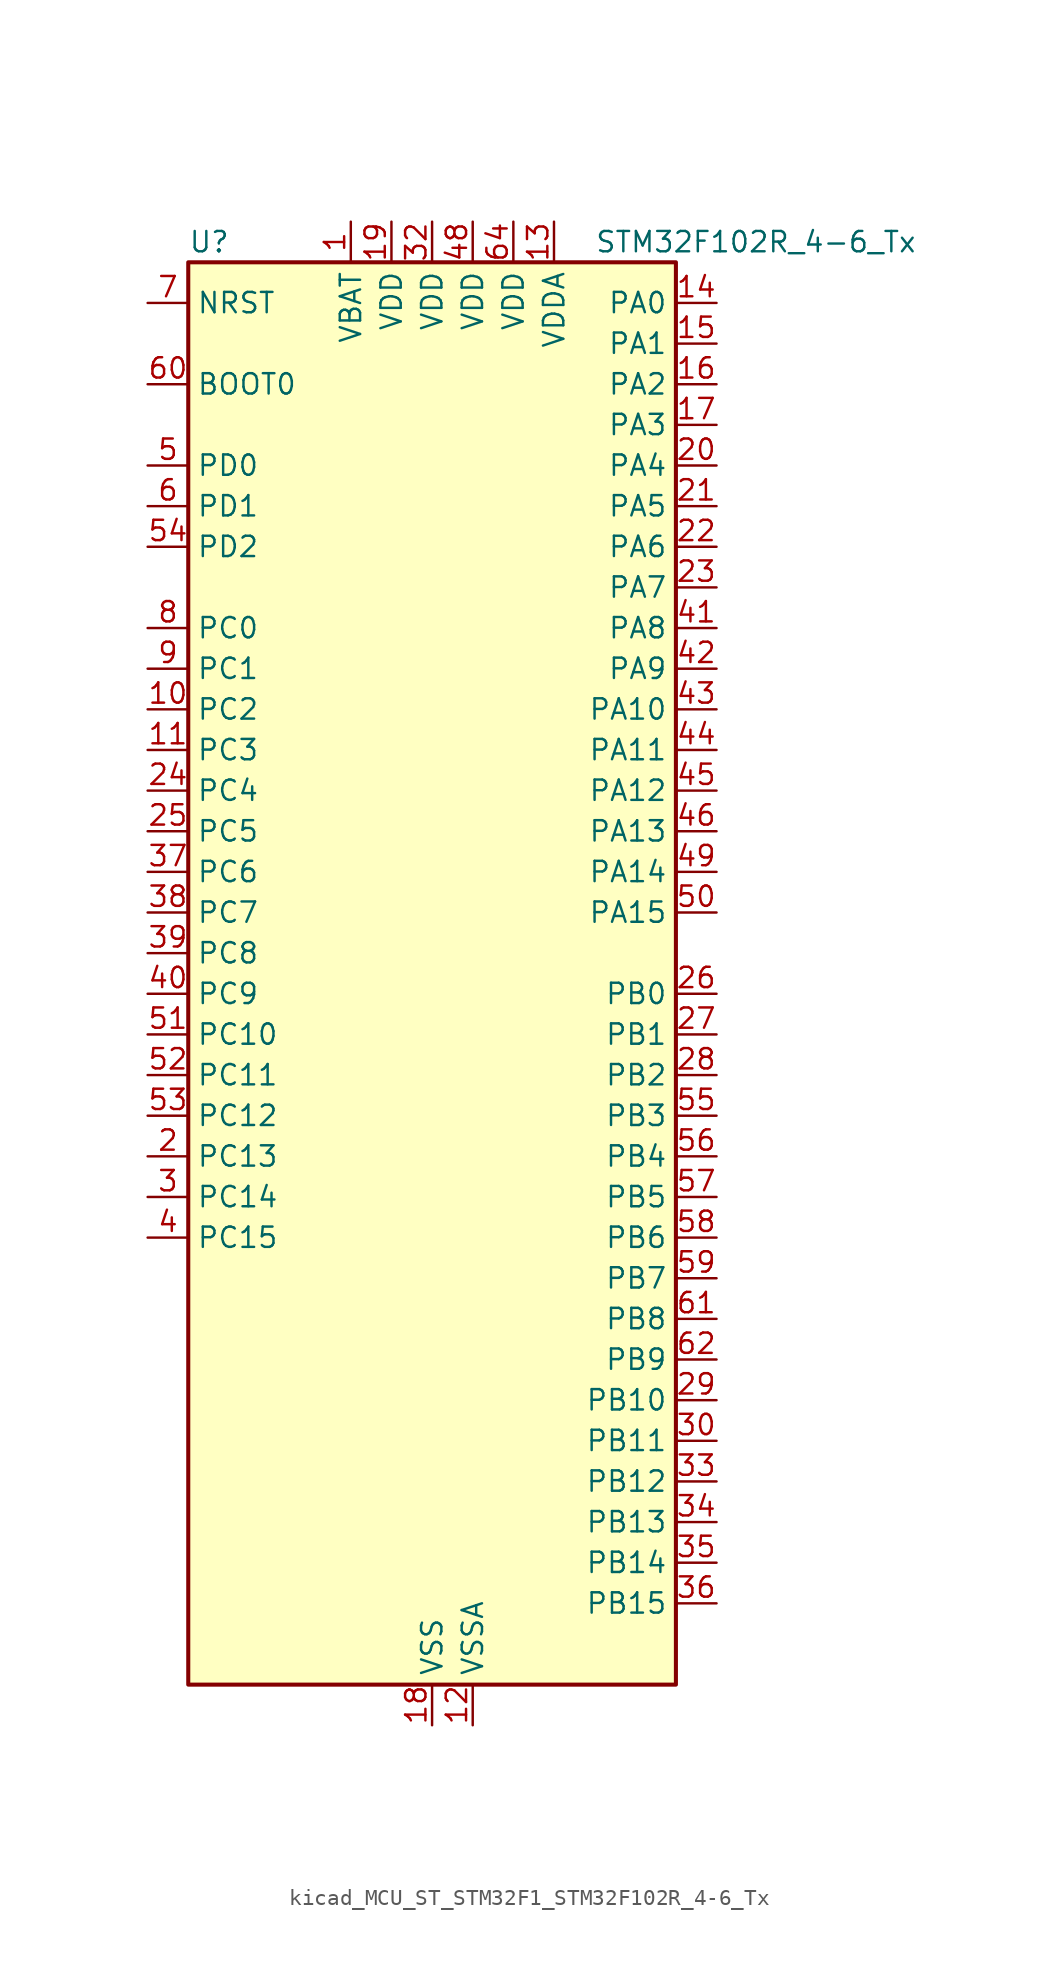
<source format=kicad_sym>
(kicad_symbol_lib
  (version 20220914)
  (generator kicad_symbol_editor)
  (symbol "kicad_MCU_ST_STM32F1_STM32F102R_4-6_Tx"
    (property "Reference" "U"
      (at -15.24 46.99 0)
      (effects (font (size 1.27 1.27)) (justify left)))
    (property "Value" "STM32F102R_4-6_Tx"
      (at 10.16 46.99 0)
      (effects (font (size 1.27 1.27)) (justify left)))
    (property "ki_locked" ""
      (at 0 0 0)
      (effects (font (size 1.27 1.27))))
    (symbol "kicad_MCU_ST_STM32F1_STM32F102R_4-6_Tx_0_1"
      (rectangle (start -15.24 -43.18) (end 15.24 45.72) (stroke (width 0.254) (type default)) (fill (type background))))
    (symbol "kicad_MCU_ST_STM32F1_STM32F102R_4-6_Tx_1_1"
      (pin power_in line (at -5.08 48.26 270) (length 2.54) (name "VBAT" (effects (font (size 1.27 1.27)))) (number "1" (effects (font (size 1.27 1.27)))))
      (pin bidirectional line (at -17.78 17.78 0) (length 2.54) (name "PC2" (effects (font (size 1.27 1.27)))) (number "10" (effects (font (size 1.27 1.27)))) (alternate "ADC1_IN12" bidirectional line))
      (pin bidirectional line (at -17.78 15.24 0) (length 2.54) (name "PC3" (effects (font (size 1.27 1.27)))) (number "11" (effects (font (size 1.27 1.27)))) (alternate "ADC1_IN13" bidirectional line))
      (pin power_in line (at 2.54 -45.72 90) (length 2.54) (name "VSSA" (effects (font (size 1.27 1.27)))) (number "12" (effects (font (size 1.27 1.27)))))
      (pin power_in line (at 7.62 48.26 270) (length 2.54) (name "VDDA" (effects (font (size 1.27 1.27)))) (number "13" (effects (font (size 1.27 1.27)))))
      (pin bidirectional line (at 17.78 43.18 180) (length 2.54) (name "PA0" (effects (font (size 1.27 1.27)))) (number "14" (effects (font (size 1.27 1.27)))) (alternate "ADC1_IN0" bidirectional line) (alternate "SYS_WKUP" bidirectional line) (alternate "TIM2_CH1" bidirectional line) (alternate "TIM2_ETR" bidirectional line) (alternate "USART2_CTS" bidirectional line))
      (pin bidirectional line (at 17.78 40.64 180) (length 2.54) (name "PA1" (effects (font (size 1.27 1.27)))) (number "15" (effects (font (size 1.27 1.27)))) (alternate "ADC1_IN1" bidirectional line) (alternate "TIM2_CH2" bidirectional line) (alternate "USART2_RTS" bidirectional line))
      (pin bidirectional line (at 17.78 38.1 180) (length 2.54) (name "PA2" (effects (font (size 1.27 1.27)))) (number "16" (effects (font (size 1.27 1.27)))) (alternate "ADC1_IN2" bidirectional line) (alternate "TIM2_CH3" bidirectional line) (alternate "USART2_TX" bidirectional line))
      (pin bidirectional line (at 17.78 35.56 180) (length 2.54) (name "PA3" (effects (font (size 1.27 1.27)))) (number "17" (effects (font (size 1.27 1.27)))) (alternate "ADC1_IN3" bidirectional line) (alternate "TIM2_CH4" bidirectional line) (alternate "USART2_RX" bidirectional line))
      (pin power_in line (at 0 -45.72 90) (length 2.54) (name "VSS" (effects (font (size 1.27 1.27)))) (number "18" (effects (font (size 1.27 1.27)))))
      (pin power_in line (at -2.54 48.26 270) (length 2.54) (name "VDD" (effects (font (size 1.27 1.27)))) (number "19" (effects (font (size 1.27 1.27)))))
      (pin bidirectional line (at -17.78 -10.16 0) (length 2.54) (name "PC13" (effects (font (size 1.27 1.27)))) (number "2" (effects (font (size 1.27 1.27)))) (alternate "RTC_OUT" bidirectional line) (alternate "RTC_TAMPER" bidirectional line))
      (pin bidirectional line (at 17.78 33.02 180) (length 2.54) (name "PA4" (effects (font (size 1.27 1.27)))) (number "20" (effects (font (size 1.27 1.27)))) (alternate "ADC1_IN4" bidirectional line) (alternate "SPI1_NSS" bidirectional line) (alternate "USART2_CK" bidirectional line))
      (pin bidirectional line (at 17.78 30.48 180) (length 2.54) (name "PA5" (effects (font (size 1.27 1.27)))) (number "21" (effects (font (size 1.27 1.27)))) (alternate "ADC1_IN5" bidirectional line) (alternate "SPI1_SCK" bidirectional line))
      (pin bidirectional line (at 17.78 27.94 180) (length 2.54) (name "PA6" (effects (font (size 1.27 1.27)))) (number "22" (effects (font (size 1.27 1.27)))) (alternate "ADC1_IN6" bidirectional line) (alternate "SPI1_MISO" bidirectional line) (alternate "TIM3_CH1" bidirectional line))
      (pin bidirectional line (at 17.78 25.4 180) (length 2.54) (name "PA7" (effects (font (size 1.27 1.27)))) (number "23" (effects (font (size 1.27 1.27)))) (alternate "ADC1_IN7" bidirectional line) (alternate "SPI1_MOSI" bidirectional line) (alternate "TIM3_CH2" bidirectional line))
      (pin bidirectional line (at -17.78 12.7 0) (length 2.54) (name "PC4" (effects (font (size 1.27 1.27)))) (number "24" (effects (font (size 1.27 1.27)))) (alternate "ADC1_IN14" bidirectional line))
      (pin bidirectional line (at -17.78 10.16 0) (length 2.54) (name "PC5" (effects (font (size 1.27 1.27)))) (number "25" (effects (font (size 1.27 1.27)))) (alternate "ADC1_IN15" bidirectional line))
      (pin bidirectional line (at 17.78 0 180) (length 2.54) (name "PB0" (effects (font (size 1.27 1.27)))) (number "26" (effects (font (size 1.27 1.27)))) (alternate "ADC1_IN8" bidirectional line) (alternate "TIM3_CH3" bidirectional line))
      (pin bidirectional line (at 17.78 -2.54 180) (length 2.54) (name "PB1" (effects (font (size 1.27 1.27)))) (number "27" (effects (font (size 1.27 1.27)))) (alternate "ADC1_IN9" bidirectional line) (alternate "TIM3_CH4" bidirectional line))
      (pin bidirectional line (at 17.78 -5.08 180) (length 2.54) (name "PB2" (effects (font (size 1.27 1.27)))) (number "28" (effects (font (size 1.27 1.27)))))
      (pin bidirectional line (at 17.78 -25.4 180) (length 2.54) (name "PB10" (effects (font (size 1.27 1.27)))) (number "29" (effects (font (size 1.27 1.27)))) (alternate "TIM2_CH3" bidirectional line))
      (pin bidirectional line (at -17.78 -12.7 0) (length 2.54) (name "PC14" (effects (font (size 1.27 1.27)))) (number "3" (effects (font (size 1.27 1.27)))) (alternate "RCC_OSC32_IN" bidirectional line))
      (pin bidirectional line (at 17.78 -27.94 180) (length 2.54) (name "PB11" (effects (font (size 1.27 1.27)))) (number "30" (effects (font (size 1.27 1.27)))) (alternate "ADC1_EXTI11" bidirectional line) (alternate "TIM2_CH4" bidirectional line))
      (pin passive line (at 0 -45.72 90) (length 2.54) hide (name "VSS" (effects (font (size 1.27 1.27)))) (number "31" (effects (font (size 1.27 1.27)))))
      (pin power_in line (at 0 48.26 270) (length 2.54) (name "VDD" (effects (font (size 1.27 1.27)))) (number "32" (effects (font (size 1.27 1.27)))))
      (pin bidirectional line (at 17.78 -30.48 180) (length 2.54) (name "PB12" (effects (font (size 1.27 1.27)))) (number "33" (effects (font (size 1.27 1.27)))))
      (pin bidirectional line (at 17.78 -33.02 180) (length 2.54) (name "PB13" (effects (font (size 1.27 1.27)))) (number "34" (effects (font (size 1.27 1.27)))))
      (pin bidirectional line (at 17.78 -35.56 180) (length 2.54) (name "PB14" (effects (font (size 1.27 1.27)))) (number "35" (effects (font (size 1.27 1.27)))))
      (pin bidirectional line (at 17.78 -38.1 180) (length 2.54) (name "PB15" (effects (font (size 1.27 1.27)))) (number "36" (effects (font (size 1.27 1.27)))) (alternate "ADC1_EXTI15" bidirectional line))
      (pin bidirectional line (at -17.78 7.62 0) (length 2.54) (name "PC6" (effects (font (size 1.27 1.27)))) (number "37" (effects (font (size 1.27 1.27)))) (alternate "TIM3_CH1" bidirectional line))
      (pin bidirectional line (at -17.78 5.08 0) (length 2.54) (name "PC7" (effects (font (size 1.27 1.27)))) (number "38" (effects (font (size 1.27 1.27)))) (alternate "TIM3_CH2" bidirectional line))
      (pin bidirectional line (at -17.78 2.54 0) (length 2.54) (name "PC8" (effects (font (size 1.27 1.27)))) (number "39" (effects (font (size 1.27 1.27)))) (alternate "TIM3_CH3" bidirectional line))
      (pin bidirectional line (at -17.78 -15.24 0) (length 2.54) (name "PC15" (effects (font (size 1.27 1.27)))) (number "4" (effects (font (size 1.27 1.27)))) (alternate "ADC1_EXTI15" bidirectional line) (alternate "RCC_OSC32_OUT" bidirectional line))
      (pin bidirectional line (at -17.78 0 0) (length 2.54) (name "PC9" (effects (font (size 1.27 1.27)))) (number "40" (effects (font (size 1.27 1.27)))) (alternate "TIM3_CH4" bidirectional line))
      (pin bidirectional line (at 17.78 22.86 180) (length 2.54) (name "PA8" (effects (font (size 1.27 1.27)))) (number "41" (effects (font (size 1.27 1.27)))) (alternate "RCC_MCO" bidirectional line) (alternate "USART1_CK" bidirectional line))
      (pin bidirectional line (at 17.78 20.32 180) (length 2.54) (name "PA9" (effects (font (size 1.27 1.27)))) (number "42" (effects (font (size 1.27 1.27)))) (alternate "USART1_TX" bidirectional line))
      (pin bidirectional line (at 17.78 17.78 180) (length 2.54) (name "PA10" (effects (font (size 1.27 1.27)))) (number "43" (effects (font (size 1.27 1.27)))) (alternate "USART1_RX" bidirectional line))
      (pin bidirectional line (at 17.78 15.24 180) (length 2.54) (name "PA11" (effects (font (size 1.27 1.27)))) (number "44" (effects (font (size 1.27 1.27)))) (alternate "ADC1_EXTI11" bidirectional line) (alternate "USART1_CTS" bidirectional line) (alternate "USB_DM" bidirectional line))
      (pin bidirectional line (at 17.78 12.7 180) (length 2.54) (name "PA12" (effects (font (size 1.27 1.27)))) (number "45" (effects (font (size 1.27 1.27)))) (alternate "USART1_RTS" bidirectional line) (alternate "USB_DP" bidirectional line))
      (pin bidirectional line (at 17.78 10.16 180) (length 2.54) (name "PA13" (effects (font (size 1.27 1.27)))) (number "46" (effects (font (size 1.27 1.27)))) (alternate "SYS_JTMS-SWDIO" bidirectional line))
      (pin passive line (at 0 -45.72 90) (length 2.54) hide (name "VSS" (effects (font (size 1.27 1.27)))) (number "47" (effects (font (size 1.27 1.27)))))
      (pin power_in line (at 2.54 48.26 270) (length 2.54) (name "VDD" (effects (font (size 1.27 1.27)))) (number "48" (effects (font (size 1.27 1.27)))))
      (pin bidirectional line (at 17.78 7.62 180) (length 2.54) (name "PA14" (effects (font (size 1.27 1.27)))) (number "49" (effects (font (size 1.27 1.27)))) (alternate "SYS_JTCK-SWCLK" bidirectional line))
      (pin bidirectional line (at -17.78 33.02 0) (length 2.54) (name "PD0" (effects (font (size 1.27 1.27)))) (number "5" (effects (font (size 1.27 1.27)))) (alternate "RCC_OSC_IN" bidirectional line))
      (pin bidirectional line (at 17.78 5.08 180) (length 2.54) (name "PA15" (effects (font (size 1.27 1.27)))) (number "50" (effects (font (size 1.27 1.27)))) (alternate "ADC1_EXTI15" bidirectional line) (alternate "SPI1_NSS" bidirectional line) (alternate "SYS_JTDI" bidirectional line) (alternate "TIM2_CH1" bidirectional line) (alternate "TIM2_ETR" bidirectional line))
      (pin bidirectional line (at -17.78 -2.54 0) (length 2.54) (name "PC10" (effects (font (size 1.27 1.27)))) (number "51" (effects (font (size 1.27 1.27)))))
      (pin bidirectional line (at -17.78 -5.08 0) (length 2.54) (name "PC11" (effects (font (size 1.27 1.27)))) (number "52" (effects (font (size 1.27 1.27)))) (alternate "ADC1_EXTI11" bidirectional line))
      (pin bidirectional line (at -17.78 -7.62 0) (length 2.54) (name "PC12" (effects (font (size 1.27 1.27)))) (number "53" (effects (font (size 1.27 1.27)))))
      (pin bidirectional line (at -17.78 27.94 0) (length 2.54) (name "PD2" (effects (font (size 1.27 1.27)))) (number "54" (effects (font (size 1.27 1.27)))) (alternate "TIM3_ETR" bidirectional line))
      (pin bidirectional line (at 17.78 -7.62 180) (length 2.54) (name "PB3" (effects (font (size 1.27 1.27)))) (number "55" (effects (font (size 1.27 1.27)))) (alternate "SPI1_SCK" bidirectional line) (alternate "SYS_JTDO-TRACESWO" bidirectional line) (alternate "TIM2_CH2" bidirectional line))
      (pin bidirectional line (at 17.78 -10.16 180) (length 2.54) (name "PB4" (effects (font (size 1.27 1.27)))) (number "56" (effects (font (size 1.27 1.27)))) (alternate "SPI1_MISO" bidirectional line) (alternate "SYS_NJTRST" bidirectional line) (alternate "TIM3_CH1" bidirectional line))
      (pin bidirectional line (at 17.78 -12.7 180) (length 2.54) (name "PB5" (effects (font (size 1.27 1.27)))) (number "57" (effects (font (size 1.27 1.27)))) (alternate "I2C1_SMBA" bidirectional line) (alternate "SPI1_MOSI" bidirectional line) (alternate "TIM3_CH2" bidirectional line))
      (pin bidirectional line (at 17.78 -15.24 180) (length 2.54) (name "PB6" (effects (font (size 1.27 1.27)))) (number "58" (effects (font (size 1.27 1.27)))) (alternate "I2C1_SCL" bidirectional line) (alternate "USART1_TX" bidirectional line))
      (pin bidirectional line (at 17.78 -17.78 180) (length 2.54) (name "PB7" (effects (font (size 1.27 1.27)))) (number "59" (effects (font (size 1.27 1.27)))) (alternate "I2C1_SDA" bidirectional line) (alternate "USART1_RX" bidirectional line))
      (pin bidirectional line (at -17.78 30.48 0) (length 2.54) (name "PD1" (effects (font (size 1.27 1.27)))) (number "6" (effects (font (size 1.27 1.27)))) (alternate "RCC_OSC_OUT" bidirectional line))
      (pin input line (at -17.78 38.1 0) (length 2.54) (name "BOOT0" (effects (font (size 1.27 1.27)))) (number "60" (effects (font (size 1.27 1.27)))))
      (pin bidirectional line (at 17.78 -20.32 180) (length 2.54) (name "PB8" (effects (font (size 1.27 1.27)))) (number "61" (effects (font (size 1.27 1.27)))) (alternate "I2C1_SCL" bidirectional line))
      (pin bidirectional line (at 17.78 -22.86 180) (length 2.54) (name "PB9" (effects (font (size 1.27 1.27)))) (number "62" (effects (font (size 1.27 1.27)))) (alternate "I2C1_SDA" bidirectional line))
      (pin passive line (at 0 -45.72 90) (length 2.54) hide (name "VSS" (effects (font (size 1.27 1.27)))) (number "63" (effects (font (size 1.27 1.27)))))
      (pin power_in line (at 5.08 48.26 270) (length 2.54) (name "VDD" (effects (font (size 1.27 1.27)))) (number "64" (effects (font (size 1.27 1.27)))))
      (pin input line (at -17.78 43.18 0) (length 2.54) (name "NRST" (effects (font (size 1.27 1.27)))) (number "7" (effects (font (size 1.27 1.27)))))
      (pin bidirectional line (at -17.78 22.86 0) (length 2.54) (name "PC0" (effects (font (size 1.27 1.27)))) (number "8" (effects (font (size 1.27 1.27)))) (alternate "ADC1_IN10" bidirectional line))
      (pin bidirectional line (at -17.78 20.32 0) (length 2.54) (name "PC1" (effects (font (size 1.27 1.27)))) (number "9" (effects (font (size 1.27 1.27)))) (alternate "ADC1_IN11" bidirectional line)))))
</source>
